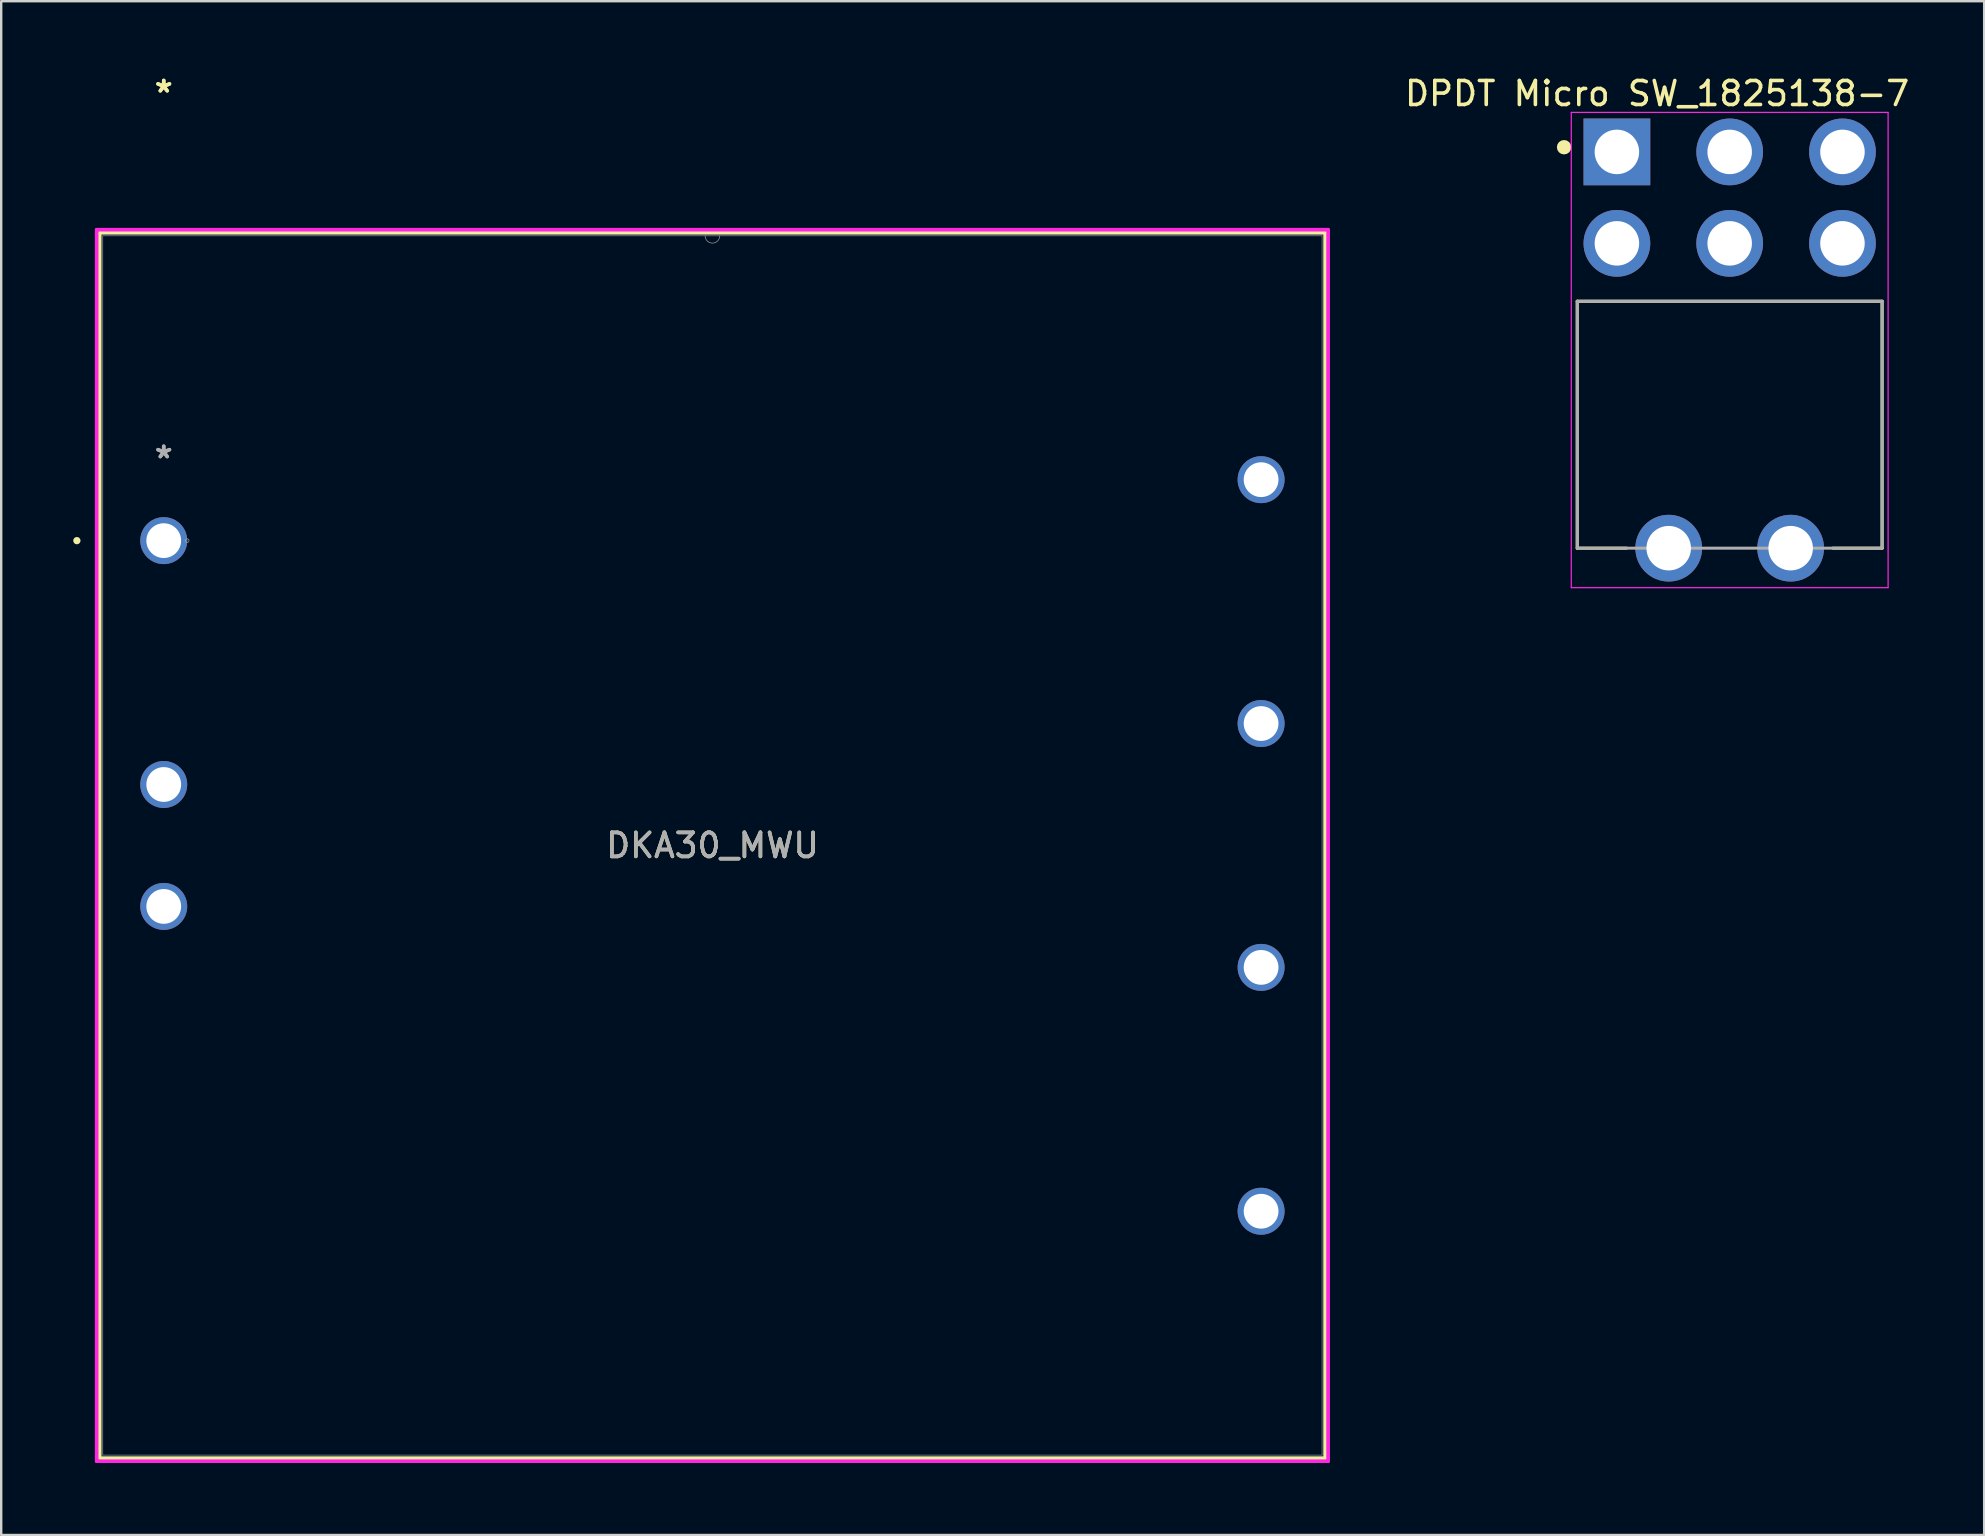
<source format=kicad_pcb>
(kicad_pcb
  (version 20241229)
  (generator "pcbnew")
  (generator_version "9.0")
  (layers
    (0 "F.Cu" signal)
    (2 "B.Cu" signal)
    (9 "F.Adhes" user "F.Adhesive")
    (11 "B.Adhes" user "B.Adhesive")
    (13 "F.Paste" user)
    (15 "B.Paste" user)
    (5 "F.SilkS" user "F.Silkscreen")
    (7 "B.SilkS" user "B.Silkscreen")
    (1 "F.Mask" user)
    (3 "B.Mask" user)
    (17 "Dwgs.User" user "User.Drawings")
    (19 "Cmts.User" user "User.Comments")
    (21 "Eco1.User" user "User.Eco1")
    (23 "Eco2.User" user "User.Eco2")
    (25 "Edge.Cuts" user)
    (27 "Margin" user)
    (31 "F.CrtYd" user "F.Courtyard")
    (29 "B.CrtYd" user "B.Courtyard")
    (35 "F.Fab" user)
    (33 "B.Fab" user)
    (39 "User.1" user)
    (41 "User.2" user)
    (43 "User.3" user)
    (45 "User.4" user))
  (footprint "DPDT Micro SW_1825138-7"
    (layer "F.Cu")
    (at 64.316 3.279)
    (property "Reference" "DPDT Micro SW_1825138-7" (at 1.675 -2.431 0) (layer "F.SilkS") (effects (font (size 1 1) (thickness 0.15))))
    (attr through_hole)
    (fp_line (start -1.651 6.223) (end 11.049 6.223) (stroke (width 0.127) (type solid)) (layer "F.SilkS"))
    (fp_line (start -1.651 16.51) (end -1.651 6.223) (stroke (width 0.127) (type solid)) (layer "F.SilkS"))
    (fp_line (start -1.651 16.51) (end 0.399 16.51) (stroke (width 0.127) (type solid)) (layer "F.SilkS"))
    (fp_line (start 11.049 6.223) (end 11.049 16.51) (stroke (width 0.127) (type solid)) (layer "F.SilkS"))
    (fp_line (start 11.049 16.51) (end 8.999 16.51) (stroke (width 0.127) (type solid)) (layer "F.SilkS"))
    (fp_circle (center -2.201 -0.195) (end -2.051 -0.195) (stroke (width 0.3) (type solid)) (fill no) (layer "F.SilkS"))
    (fp_line (start -1.901 -1.645) (end 11.299 -1.645) (stroke (width 0.05) (type solid)) (layer "F.CrtYd"))
    (fp_line (start -1.901 18.155) (end -1.901 -1.645) (stroke (width 0.05) (type solid)) (layer "F.CrtYd"))
    (fp_line (start 11.299 -1.645) (end 11.299 18.155) (stroke (width 0.05) (type solid)) (layer "F.CrtYd"))
    (fp_line (start 11.299 18.155) (end -1.901 18.155) (stroke (width 0.05) (type solid)) (layer "F.CrtYd"))
    (fp_line (start -1.651 6.223) (end 11.049 6.223) (stroke (width 0.127) (type solid)) (layer "F.Fab"))
    (fp_line (start -1.651 16.51) (end -1.651 6.223) (stroke (width 0.127) (type solid)) (layer "F.Fab"))
    (fp_line (start 11.049 6.223) (end 11.049 16.51) (stroke (width 0.127) (type solid)) (layer "F.Fab"))
    (fp_line (start 11.049 16.51) (end -1.651 16.51) (stroke (width 0.127) (type solid)) (layer "F.Fab"))
    (fp_circle (center 0 0) (end 0.15 0) (stroke (width 0.3) (type solid)) (fill no) (layer "F.Fab"))
    (pad "1" thru_hole rect (at 0 0) (size 2.781 2.781) (drill 1.854) (layers "*.Cu" "*.Mask"))
    (pad "2" thru_hole circle (at 4.699 0) (size 2.781 2.781) (drill 1.854) (layers "*.Cu" "*.Mask"))
    (pad "3" thru_hole circle (at 9.398 0) (size 2.781 2.781) (drill 1.854) (layers "*.Cu" "*.Mask"))
    (pad "4" thru_hole circle (at 0 3.81) (size 2.781 2.781) (drill 1.854) (layers "*.Cu" "*.Mask"))
    (pad "5" thru_hole circle (at 4.699 3.81) (size 2.781 2.781) (drill 1.854) (layers "*.Cu" "*.Mask"))
    (pad "6" thru_hole circle (at 9.398 3.81) (size 2.781 2.781) (drill 1.854) (layers "*.Cu" "*.Mask"))
    (pad "7" thru_hole circle (at 2.159 16.51) (size 2.781 2.781) (drill 1.854) (layers "*.Cu" "*.Mask"))
    (pad "8" thru_hole circle (at 7.239 16.51) (size 2.781 2.781) (drill 1.854) (layers "*.Cu" "*.Mask")))
  (footprint "DKA30_MWU"
    (layer "F.Cu")
    (at 3.772 19.475)
    (property "Reference" "DKA30_MWU" (at 22.86 12.7 0) (unlocked yes) (layer "F.SilkS") (effects (font (size 1 1) (thickness 0.15))))
    (attr through_hole)
    (fp_line (start -2.667 -12.827) (end -2.667 38.227) (stroke (width 0.152) (type solid)) (layer "F.SilkS"))
    (fp_line (start -2.667 38.227) (end 48.387 38.227) (stroke (width 0.152) (type solid)) (layer "F.SilkS"))
    (fp_line (start 48.387 -12.827) (end -2.667 -12.827) (stroke (width 0.152) (type solid)) (layer "F.SilkS"))
    (fp_line (start 48.387 38.227) (end 48.387 -12.827) (stroke (width 0.152) (type solid)) (layer "F.SilkS"))
    (fp_circle (center -3.619 0) (end -3.543 0) (stroke (width 0.152) (type solid)) (fill no) (layer "F.SilkS"))
    (fp_line (start -2.794 -12.954) (end 48.514 -12.954) (stroke (width 0.152) (type solid)) (layer "F.CrtYd"))
    (fp_line (start -2.794 38.354) (end -2.794 -12.954) (stroke (width 0.152) (type solid)) (layer "F.CrtYd"))
    (fp_line (start 48.514 -12.954) (end 48.514 38.354) (stroke (width 0.152) (type solid)) (layer "F.CrtYd"))
    (fp_line (start 48.514 38.354) (end -2.794 38.354) (stroke (width 0.152) (type solid)) (layer "F.CrtYd"))
    (fp_line (start -2.54 -12.7) (end -2.54 38.1) (stroke (width 0.025) (type solid)) (layer "F.Fab"))
    (fp_line (start -2.54 38.1) (end 48.26 38.1) (stroke (width 0.025) (type solid)) (layer "F.Fab"))
    (fp_line (start 48.26 -12.7) (end -2.54 -12.7) (stroke (width 0.025) (type solid)) (layer "F.Fab"))
    (fp_line (start 48.26 38.1) (end 48.26 -12.7) (stroke (width 0.025) (type solid)) (layer "F.Fab"))
    (fp_arc (start 23.1648 -12.7) (mid 22.86 -12.3952) (end 22.5552 -12.7) (stroke (width 0.0254) (type solid)) (layer "F.Fab"))
    (fp_circle (center 0.978 0) (end 1.054 0) (stroke (width 0.025) (type solid)) (fill no) (layer "F.Fab"))
    (fp_text user "*" (at 0 -18.627 0) (layer "F.SilkS") (effects (font (size 1 1) (thickness 0.15))))
    (fp_text user "*" (at 0 -18.627 0) (unlocked yes) (layer "F.SilkS") (effects (font (size 1 1) (thickness 0.15))))
    (fp_text user "${REFERENCE}" (at 22.86 12.7 0) (unlocked yes) (layer "F.Fab") (effects (font (size 1 1) (thickness 0.15))))
    (fp_text user "*" (at 0 -3.387 0) (layer "F.Fab") (effects (font (size 1 1) (thickness 0.15))))
    (fp_text user "*" (at 0 -3.387 0) (unlocked yes) (layer "F.Fab") (effects (font (size 1 1) (thickness 0.15))))
    (pad "1" thru_hole circle (at 0 0) (size 1.956 1.956) (drill 1.448) (layers "*.Cu" "*.Mask"))
    (pad "3" thru_hole circle (at 0 10.16) (size 1.956 1.956) (drill 1.448) (layers "*.Cu" "*.Mask"))
    (pad "4" thru_hole circle (at 0 15.24) (size 1.956 1.956) (drill 1.448) (layers "*.Cu" "*.Mask"))
    (pad "5" thru_hole circle (at 45.72 27.94) (size 1.956 1.956) (drill 1.448) (layers "*.Cu" "*.Mask"))
    (pad "6" thru_hole circle (at 45.72 17.78) (size 1.956 1.956) (drill 1.448) (layers "*.Cu" "*.Mask"))
    (pad "7" thru_hole circle (at 45.72 7.62) (size 1.956 1.956) (drill 1.448) (layers "*.Cu" "*.Mask"))
    (pad "8" thru_hole circle (at 45.72 -2.54) (size 1.956 1.956) (drill 1.448) (layers "*.Cu" "*.Mask")))
  (gr_rect
    (start -3 -3)
    (end 79.618 60.905)
    (stroke (width 0.1) (type default))
    (fill no)
    (layer "Edge.Cuts")))
</source>
